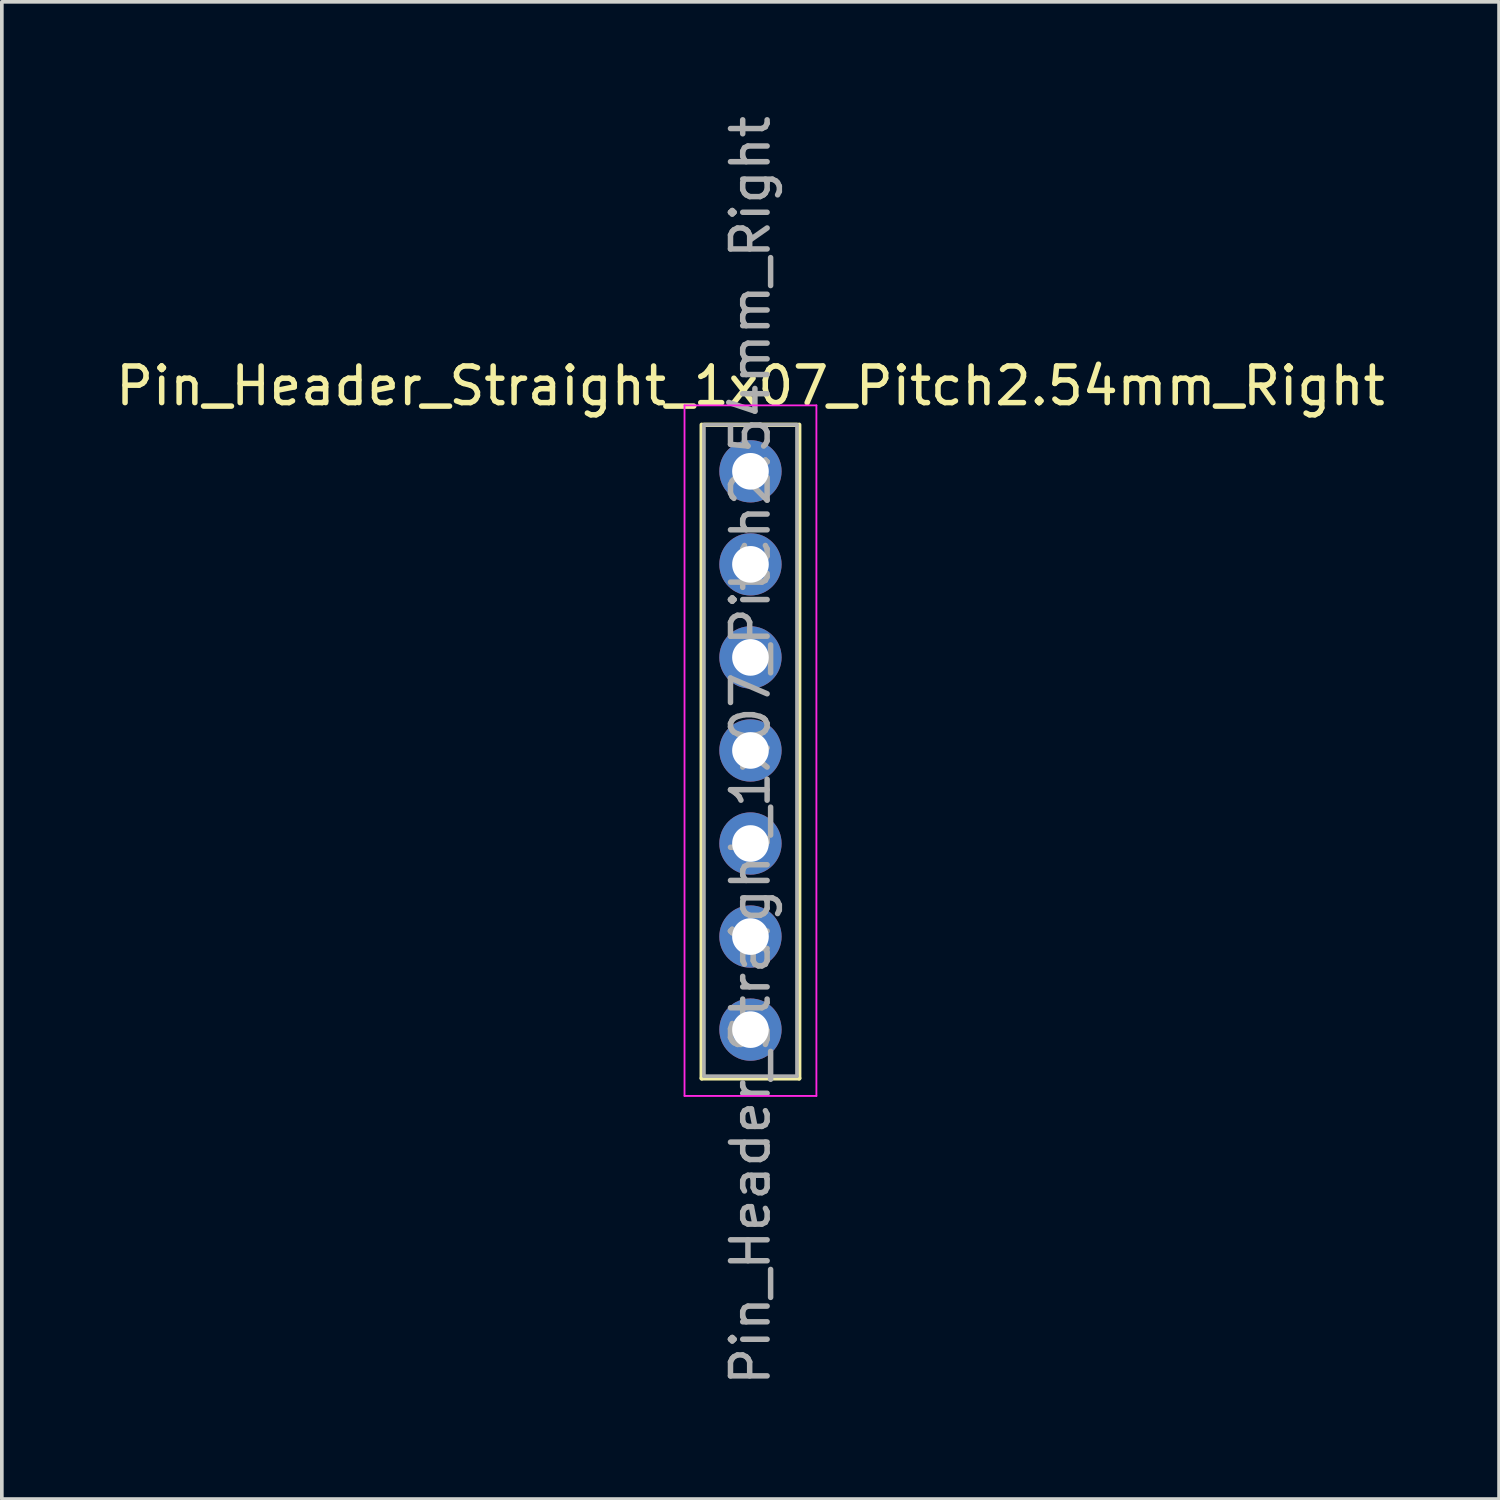
<source format=kicad_pcb>
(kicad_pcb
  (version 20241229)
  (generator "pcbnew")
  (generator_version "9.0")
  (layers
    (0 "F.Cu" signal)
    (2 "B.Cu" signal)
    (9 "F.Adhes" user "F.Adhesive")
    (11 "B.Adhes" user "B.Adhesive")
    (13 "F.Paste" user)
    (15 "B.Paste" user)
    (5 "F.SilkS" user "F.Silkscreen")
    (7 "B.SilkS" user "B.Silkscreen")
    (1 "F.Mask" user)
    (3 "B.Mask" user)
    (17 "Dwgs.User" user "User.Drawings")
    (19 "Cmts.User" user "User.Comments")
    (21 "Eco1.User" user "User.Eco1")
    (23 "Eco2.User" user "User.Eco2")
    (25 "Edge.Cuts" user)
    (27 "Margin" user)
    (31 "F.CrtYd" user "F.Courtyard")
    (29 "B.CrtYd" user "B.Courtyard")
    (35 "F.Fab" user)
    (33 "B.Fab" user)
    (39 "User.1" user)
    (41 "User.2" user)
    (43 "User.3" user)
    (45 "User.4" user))
  (footprint "Pin_Header_Straight_1x07_Pitch2.54mm_Right"
    (layer "F.Cu")
    (at 17.435 9.815)
    (property "Reference" "Pin_Header_Straight_1x07_Pitch2.54mm_Right" (at 0 -2.33 0) (layer "F.SilkS") (effects (font (size 1 1) (thickness 0.15))))
    (attr through_hole)
    (fp_line (start -1.33 -1.27) (end -1.33 16.57) (stroke (width 0.12) (type solid)) (layer "F.SilkS"))
    (fp_line (start -1.33 16.57) (end 1.33 16.57) (stroke (width 0.12) (type solid)) (layer "F.SilkS"))
    (fp_line (start -1.27 -1.27) (end 1.27 -1.27) (stroke (width 0.12) (type solid)) (layer "F.SilkS"))
    (fp_line (start 1.33 -1.27) (end 1.33 16.57) (stroke (width 0.12) (type solid)) (layer "F.SilkS"))
    (fp_line (start -1.8 -1.8) (end -1.8 17.05) (stroke (width 0.05) (type solid)) (layer "F.CrtYd"))
    (fp_line (start -1.8 17.05) (end 1.8 17.05) (stroke (width 0.05) (type solid)) (layer "F.CrtYd"))
    (fp_line (start 1.8 -1.8) (end -1.8 -1.8) (stroke (width 0.05) (type solid)) (layer "F.CrtYd"))
    (fp_line (start 1.8 17.05) (end 1.8 -1.8) (stroke (width 0.05) (type solid)) (layer "F.CrtYd"))
    (fp_line (start -1.27 -1.27) (end 1.27 -1.27) (stroke (width 0.1) (type solid)) (layer "F.Fab"))
    (fp_line (start -1.27 16.51) (end -1.27 -1.27) (stroke (width 0.1) (type solid)) (layer "F.Fab"))
    (fp_line (start 1.27 -1.27) (end 1.27 16.51) (stroke (width 0.1) (type solid)) (layer "F.Fab"))
    (fp_line (start 1.27 16.51) (end -1.27 16.51) (stroke (width 0.1) (type solid)) (layer "F.Fab"))
    (fp_text user "${REFERENCE}" (at 0 7.62 90) (layer "F.Fab") (effects (font (size 1 1) (thickness 0.15))))
    (pad "8" thru_hole oval (at 0 15.24) (size 1.7 1.7) (drill 1) (layers "*.Cu" "*.Mask"))
    (pad "9" thru_hole oval (at 0 12.7) (size 1.7 1.7) (drill 1) (layers "*.Cu" "*.Mask"))
    (pad "10" thru_hole oval (at 0 10.16) (size 1.7 1.7) (drill 1) (layers "*.Cu" "*.Mask"))
    (pad "11" thru_hole oval (at 0 7.62) (size 1.7 1.7) (drill 1) (layers "*.Cu" "*.Mask"))
    (pad "12" thru_hole oval (at 0 5.08) (size 1.7 1.7) (drill 1) (layers "*.Cu" "*.Mask"))
    (pad "13" thru_hole oval (at 0 2.54) (size 1.7 1.7) (drill 1) (layers "*.Cu" "*.Mask"))
    (pad "14" thru_hole circle (at 0 0) (size 1.7 1.7) (drill 1) (layers "*.Cu" "*.Mask")))
  (gr_rect
    (start -3 -3)
    (end 37.869 37.869)
    (stroke (width 0.1) (type default))
    (fill no)
    (layer "Edge.Cuts")))
</source>
